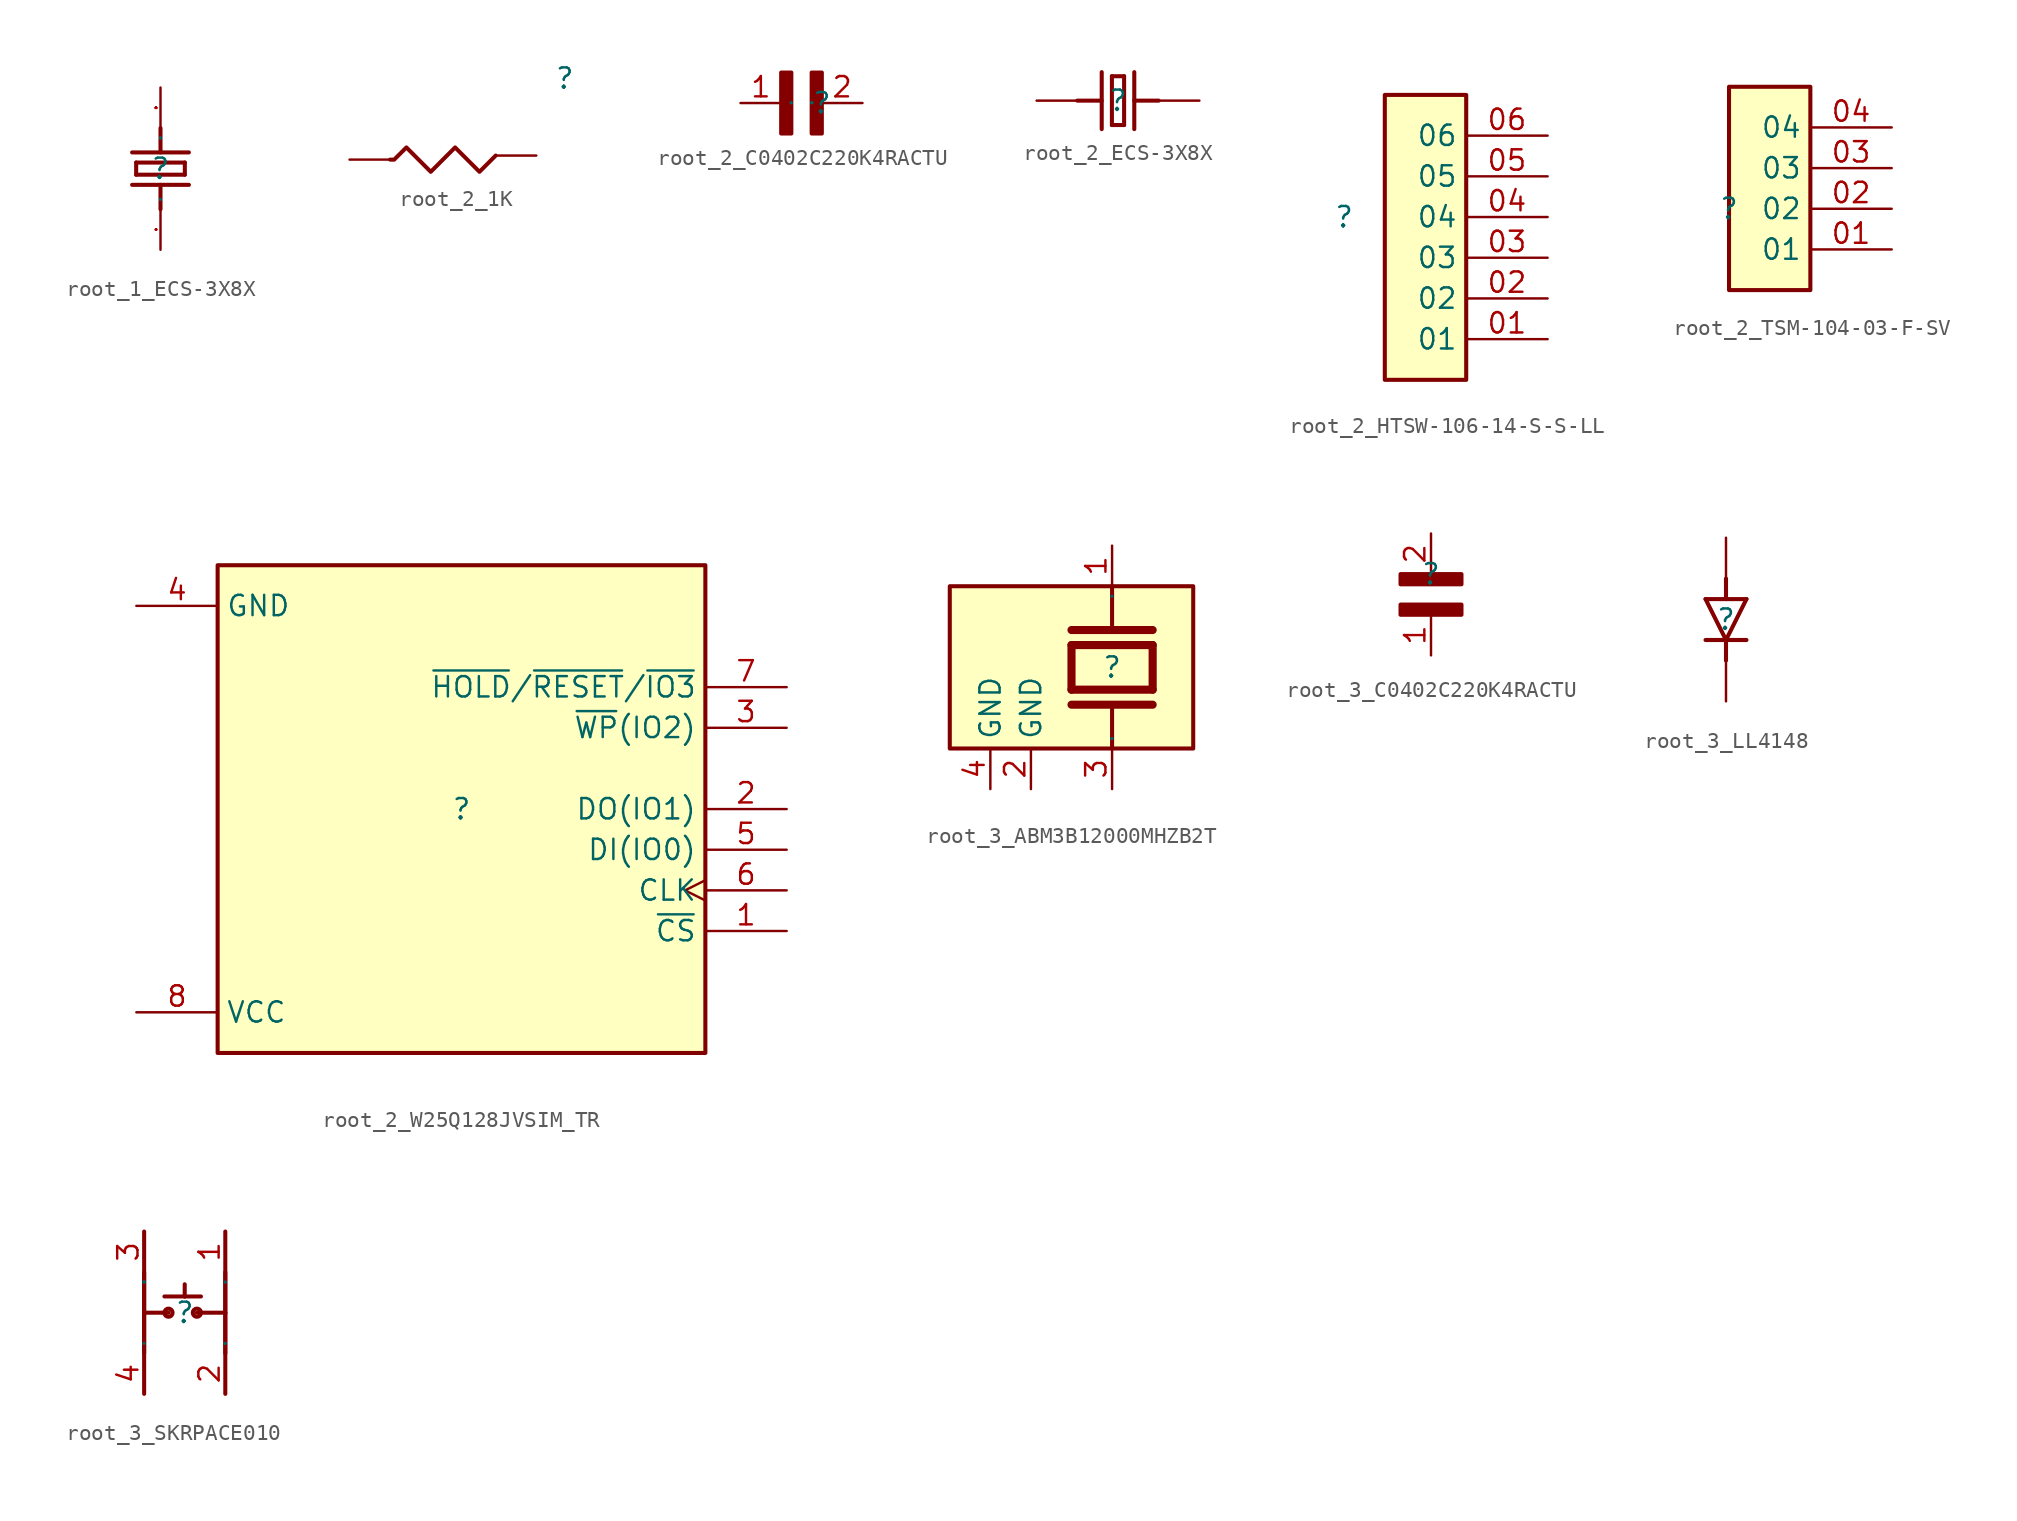
<source format=kicad_sym>
(kicad_symbol_lib
  (version 20230620)
  (generator kicad_symbol_editor)
  (symbol "root_1_ECS-3X8X"
    (property "Reference" ""
      (at 0 0 0)
      (effects (font (size 1.27 1.27))))
    (property "Value" ""
      (at 0 0 0)
      (effects (font (size 1.27 1.27))))
    (symbol "root_1_ECS-3X8X_1_0"
      (polyline (pts (xy -1.778 -1.016) (xy 1.778 -1.016)) (stroke (width 0.254) (type solid)) (fill (type none)))
      (polyline (pts (xy -1.778 1.016) (xy 1.778 1.016)) (stroke (width 0.254) (type solid)) (fill (type none)))
      (polyline (pts (xy -1.524 -0.381) (xy 1.524 -0.381)) (stroke (width 0.254) (type solid)) (fill (type none)))
      (polyline (pts (xy -1.524 0.381) (xy -1.524 -0.381)) (stroke (width 0.254) (type solid)) (fill (type none)))
      (polyline (pts (xy 0 -2.54) (xy 0 -1.016)) (stroke (width 0.254) (type solid)) (fill (type none)))
      (polyline (pts (xy 0 1.016) (xy 0 2.54)) (stroke (width 0.254) (type solid)) (fill (type none)))
      (polyline (pts (xy 1.524 -0.381) (xy 1.524 0.381)) (stroke (width 0.254) (type solid)) (fill (type none)))
      (polyline (pts (xy 1.524 0.381) (xy -1.524 0.381)) (stroke (width 0.254) (type solid)) (fill (type none)))
      (pin passive line (at 0 -5.08 90) (length 2.54) (name "1" (effects (font (size 0.025 0.025)))) (number "1" (effects (font (size 0.025 0.025)))))
      (pin passive line (at 0 5.08 270) (length 2.54) (name "2" (effects (font (size 0.025 0.025)))) (number "2" (effects (font (size 0.025 0.025)))))))
  (symbol "root_2_1K"
    (property "Reference" ""
      (at 0 0 0)
      (effects (font (size 1.27 1.27))))
    (property "Value" ""
      (at 0 0 0)
      (effects (font (size 1.27 1.27))))
    (symbol "root_2_1K_1_0"
      (polyline (pts (xy -4.318 -4.826) (xy -5.334 -5.842) (xy -6.858 -4.318) (xy -8.382 -5.842) (xy -9.906 -4.318) (xy -10.668 -5.08) (xy -10.922 -5.08)) (stroke (width 0.254) (type solid)) (fill (type none)))
      (pin passive line (at -1.778 -4.826 180) (length 2.54) (name "1" (effects (font (size 0 0)))) (number "1" (effects (font (size 0 0)))))
      (pin passive line (at -13.462 -5.08 0) (length 2.54) (name "2" (effects (font (size 0 0)))) (number "2" (effects (font (size 0 0)))))))
  (symbol "root_2_C0402C220K4RACTU"
    (property "Reference" ""
      (at 0 0 0)
      (effects (font (size 1.27 1.27))))
    (property "Value" ""
      (at 0 0 0)
      (effects (font (size 1.27 1.27))))
    (symbol "root_2_C0402C220K4RACTU_1_0"
      (rectangle (start -1.905 1.905) (end -2.54 -1.905) (stroke (width 0.254) (type solid)) (fill (type outline)))
      (rectangle (start 0 1.905) (end -0.635 -1.905) (stroke (width 0.254) (type solid)) (fill (type outline)))
      (pin passive line (at -5.08 0 0) (length 2.54) (name "1" (effects (font (size 0.025 0.025)))) (number "1" (effects (font (size 1.27 1.27)))))
      (pin passive line (at 2.54 0 180) (length 2.54) (name "2" (effects (font (size 0.025 0.025)))) (number "2" (effects (font (size 1.27 1.27)))))))
  (symbol "root_2_ECS-3X8X"
    (property "Reference" ""
      (at 0 0 0)
      (effects (font (size 1.27 1.27))))
    (property "Value" ""
      (at 0 0 0)
      (effects (font (size 1.27 1.27))))
    (symbol "root_2_ECS-3X8X_1_0"
      (polyline (pts (xy -1.016 -1.778) (xy -1.016 1.778)) (stroke (width 0.254) (type solid)) (fill (type none)))
      (polyline (pts (xy -1.016 0) (xy -2.54 0)) (stroke (width 0.254) (type solid)) (fill (type none)))
      (polyline (pts (xy -0.381 -1.524) (xy 0.381 -1.524)) (stroke (width 0.254) (type solid)) (fill (type none)))
      (polyline (pts (xy -0.381 1.524) (xy -0.381 -1.524)) (stroke (width 0.254) (type solid)) (fill (type none)))
      (polyline (pts (xy 0.381 -1.524) (xy 0.381 1.524)) (stroke (width 0.254) (type solid)) (fill (type none)))
      (polyline (pts (xy 0.381 1.524) (xy -0.381 1.524)) (stroke (width 0.254) (type solid)) (fill (type none)))
      (polyline (pts (xy 1.016 -1.778) (xy 1.016 1.778)) (stroke (width 0.254) (type solid)) (fill (type none)))
      (polyline (pts (xy 2.54 0) (xy 1.016 0)) (stroke (width 0.254) (type solid)) (fill (type none)))
      (pin passive line (at 5.08 0 180) (length 2.54) (name "1" (effects (font (size 0 0)))) (number "1" (effects (font (size 0 0)))))
      (pin passive line (at -5.08 0 0) (length 2.54) (name "2" (effects (font (size 0 0)))) (number "2" (effects (font (size 0 0)))))))
  (symbol "root_2_HTSW-106-14-S-S-LL"
    (property "Reference" ""
      (at 0 0 0)
      (effects (font (size 1.27 1.27))))
    (property "Value" ""
      (at 0 0 0)
      (effects (font (size 1.27 1.27))))
    (symbol "root_2_HTSW-106-14-S-S-LL_1_0"
      (rectangle (start 7.62 7.62) (end 2.54 -10.16) (stroke (width 0.254) (type solid) (color 128 0 0 1)) (fill (type background)))
      (pin passive line (at 12.7 -7.62 180) (length 5.08) (name "01" (effects (font (size 1.27 1.27)))) (number "01" (effects (font (size 1.27 1.27)))))
      (pin passive line (at 12.7 -5.08 180) (length 5.08) (name "02" (effects (font (size 1.27 1.27)))) (number "02" (effects (font (size 1.27 1.27)))))
      (pin passive line (at 12.7 -2.54 180) (length 5.08) (name "03" (effects (font (size 1.27 1.27)))) (number "03" (effects (font (size 1.27 1.27)))))
      (pin passive line (at 12.7 0 180) (length 5.08) (name "04" (effects (font (size 1.27 1.27)))) (number "04" (effects (font (size 1.27 1.27)))))
      (pin passive line (at 12.7 2.54 180) (length 5.08) (name "05" (effects (font (size 1.27 1.27)))) (number "05" (effects (font (size 1.27 1.27)))))
      (pin passive line (at 12.7 5.08 180) (length 5.08) (name "06" (effects (font (size 1.27 1.27)))) (number "06" (effects (font (size 1.27 1.27)))))))
  (symbol "root_2_TSM-104-03-F-SV"
    (property "Reference" ""
      (at 0 0 0)
      (effects (font (size 1.27 1.27))))
    (property "Value" ""
      (at 0 0 0)
      (effects (font (size 1.27 1.27))))
    (symbol "root_2_TSM-104-03-F-SV_1_0"
      (rectangle (start 5.08 7.62) (end 0 -5.08) (stroke (width 0.254) (type solid) (color 128 0 0 1)) (fill (type background)))
      (pin passive line (at 10.16 -2.54 180) (length 5.08) (name "01" (effects (font (size 1.27 1.27)))) (number "01" (effects (font (size 1.27 1.27)))))
      (pin passive line (at 10.16 0 180) (length 5.08) (name "02" (effects (font (size 1.27 1.27)))) (number "02" (effects (font (size 1.27 1.27)))))
      (pin passive line (at 10.16 2.54 180) (length 5.08) (name "03" (effects (font (size 1.27 1.27)))) (number "03" (effects (font (size 1.27 1.27)))))
      (pin passive line (at 10.16 5.08 180) (length 5.08) (name "04" (effects (font (size 1.27 1.27)))) (number "04" (effects (font (size 1.27 1.27)))))))
  (symbol "root_2_W25Q128JVSIM_TR"
    (property "Reference" ""
      (at 0 0 0)
      (effects (font (size 1.27 1.27))))
    (property "Value" ""
      (at 0 0 0)
      (effects (font (size 1.27 1.27))))
    (symbol "root_2_W25Q128JVSIM_TR_1_0"
      (rectangle (start 15.24 15.24) (end -15.24 -15.24) (stroke (width 0.254) (type solid) (color 128 0 0 1)) (fill (type background)))
      (pin input line (at 20.32 -7.62 180) (length 5.08) (name "~{CS~{}}" (effects (font (size 1.27 1.27)))) (number "1" (effects (font (size 1.27 1.27)))))
      (pin bidirectional line (at 20.32 0 180) (length 5.08) (name "DO(IO1)" (effects (font (size 1.27 1.27)))) (number "2" (effects (font (size 1.27 1.27)))))
      (pin bidirectional line (at 20.32 5.08 180) (length 5.08) (name "~{WP~{}}(IO2)" (effects (font (size 1.27 1.27)))) (number "3" (effects (font (size 1.27 1.27)))))
      (pin passive line (at -20.32 12.7 0) (length 5.08) (name "GND" (effects (font (size 1.27 1.27)))) (number "4" (effects (font (size 1.27 1.27)))))
      (pin bidirectional line (at 20.32 -2.54 180) (length 5.08) (name "DI(IO0)" (effects (font (size 1.27 1.27)))) (number "5" (effects (font (size 1.27 1.27)))))
      (pin input clock (at 20.32 -5.08 180) (length 5.08) (name "CLK" (effects (font (size 1.27 1.27)))) (number "6" (effects (font (size 1.27 1.27)))))
      (pin bidirectional line (at 20.32 7.62 180) (length 5.08) (name "~{HOLD~{}}/~{RESET}/~{IO3}" (effects (font (size 1.27 1.27)))) (number "7" (effects (font (size 1.27 1.27)))))
      (pin power_in line (at -20.32 -12.7 0) (length 5.08) (name "VCC" (effects (font (size 1.27 1.27)))) (number "8" (effects (font (size 1.27 1.27)))))))
  (symbol "root_3_ABM3B12000MHZB2T"
    (property "Reference" ""
      (at 0 0 0)
      (effects (font (size 1.27 1.27))))
    (property "Value" ""
      (at 0 0 0)
      (effects (font (size 1.27 1.27))))
    (symbol "root_3_ABM3B12000MHZB2T_1_0"
      (polyline (pts (xy -2.54 -1.397) (xy -2.54 1.397)) (stroke (width 0.508) (type solid)) (fill (type none)))
      (polyline (pts (xy 0 -2.54) (xy 0 -5.08)) (stroke (width 0.254) (type solid)) (fill (type none)))
      (polyline (pts (xy 0 5.08) (xy 0 2.54)) (stroke (width 0.254) (type solid)) (fill (type none)))
      (polyline (pts (xy 2.54 -2.337) (xy -2.54 -2.337)) (stroke (width 0.508) (type solid)) (fill (type none)))
      (polyline (pts (xy 2.54 -1.397) (xy -2.54 -1.397)) (stroke (width 0.508) (type solid)) (fill (type none)))
      (polyline (pts (xy 2.54 1.397) (xy -2.54 1.397)) (stroke (width 0.508) (type solid)) (fill (type none)))
      (polyline (pts (xy 2.54 1.397) (xy 2.54 -1.397)) (stroke (width 0.508) (type solid)) (fill (type none)))
      (polyline (pts (xy 2.54 2.337) (xy -2.54 2.337)) (stroke (width 0.508) (type solid)) (fill (type none)))
      (rectangle (start 5.08 5.08) (end -10.16 -5.08) (stroke (width 0.254) (type solid) (color 128 0 0 1)) (fill (type background)))
      (pin passive line (at 0 7.62 270) (length 2.54) (name "1" (effects (font (size 0.025 0.025)))) (number "1" (effects (font (size 1.27 1.27)))))
      (pin passive line (at -5.08 -7.62 90) (length 2.54) (name "GND" (effects (font (size 1.27 1.27)))) (number "2" (effects (font (size 1.27 1.27)))))
      (pin passive line (at 0 -7.62 90) (length 2.54) (name "2" (effects (font (size 0.025 0.025)))) (number "3" (effects (font (size 1.27 1.27)))))
      (pin passive line (at -7.62 -7.62 90) (length 2.54) (name "GND" (effects (font (size 1.27 1.27)))) (number "4" (effects (font (size 1.27 1.27)))))))
  (symbol "root_3_C0402C220K4RACTU"
    (property "Reference" ""
      (at 0 0 0)
      (effects (font (size 1.27 1.27))))
    (property "Value" ""
      (at 0 0 0)
      (effects (font (size 1.27 1.27))))
    (symbol "root_3_C0402C220K4RACTU_1_0"
      (rectangle (start 1.905 -1.905) (end -1.905 -2.54) (stroke (width 0.254) (type solid)) (fill (type outline)))
      (rectangle (start 1.905 0) (end -1.905 -0.635) (stroke (width 0.254) (type solid)) (fill (type outline)))
      (pin passive line (at 0 -5.08 90) (length 2.54) (name "1" (effects (font (size 0 0)))) (number "1" (effects (font (size 1.27 1.27)))))
      (pin passive line (at 0 2.54 270) (length 2.54) (name "2" (effects (font (size 0 0)))) (number "2" (effects (font (size 1.27 1.27)))))))
  (symbol "root_3_LL4148"
    (property "Reference" ""
      (at 0 0 0)
      (effects (font (size 1.27 1.27))))
    (property "Value" ""
      (at 0 0 0)
      (effects (font (size 1.27 1.27))))
    (symbol "root_3_LL4148_1_0"
      (polyline (pts (xy -1.27 1.27) (xy 0 -1.27)) (stroke (width 0.254) (type solid)) (fill (type none)))
      (polyline (pts (xy 0 -1.27) (xy 0 -2.54)) (stroke (width 0.254) (type solid)) (fill (type none)))
      (polyline (pts (xy 0 -1.27) (xy 1.27 1.27)) (stroke (width 0.254) (type solid)) (fill (type none)))
      (polyline (pts (xy 0 2.54) (xy 0 1.27)) (stroke (width 0.254) (type solid)) (fill (type none)))
      (polyline (pts (xy 1.27 -1.27) (xy -1.27 -1.27)) (stroke (width 0.254) (type solid)) (fill (type none)))
      (polyline (pts (xy 1.27 1.27) (xy -1.27 1.27)) (stroke (width 0.254) (type solid)) (fill (type none)))
      (pin passive line (at 0 5.08 270) (length 2.54) (name "A" (effects (font (size 0 0)))) (number "A" (effects (font (size 0 0)))))
      (pin passive line (at 0 -5.08 90) (length 2.54) (name "C" (effects (font (size 0 0)))) (number "C" (effects (font (size 0 0)))))))
  (symbol "root_3_SKRPACE010"
    (property "Reference" ""
      (at 0 0 0)
      (effects (font (size 1.27 1.27))))
    (property "Value" ""
      (at 0 0 0)
      (effects (font (size 1.27 1.27))))
    (symbol "root_3_SKRPACE010_1_0"
      (circle (center -1.016 0) (radius 0.254) (stroke (width 0.254) (type solid)) (fill (type none)))
      (polyline (pts (xy -2.54 -5.08) (xy -2.54 5.08)) (stroke (width 0.254) (type solid)) (fill (type none)))
      (polyline (pts (xy -2.54 0) (xy -2.54 -2.54)) (stroke (width 0.254) (type solid)) (fill (type none)))
      (polyline (pts (xy -2.54 2.54) (xy -2.54 0)) (stroke (width 0.254) (type solid)) (fill (type none)))
      (polyline (pts (xy -1.016 0) (xy -2.54 0)) (stroke (width 0.254) (type solid)) (fill (type none)))
      (polyline (pts (xy 0 1.016) (xy -1.27 1.016)) (stroke (width 0.254) (type solid)) (fill (type none)))
      (polyline (pts (xy 0 1.016) (xy 0 1.778)) (stroke (width 0.254) (type solid)) (fill (type none)))
      (polyline (pts (xy 0.762 0) (xy 2.54 0)) (stroke (width 0.254) (type solid)) (fill (type none)))
      (polyline (pts (xy 1.016 1.016) (xy 0 1.016)) (stroke (width 0.254) (type solid)) (fill (type none)))
      (polyline (pts (xy 2.54 0) (xy 2.54 -2.54)) (stroke (width 0.254) (type solid)) (fill (type none)))
      (polyline (pts (xy 2.54 2.54) (xy 2.54 0)) (stroke (width 0.254) (type solid)) (fill (type none)))
      (polyline (pts (xy 2.54 5.08) (xy 2.54 -5.08)) (stroke (width 0.254) (type solid)) (fill (type none)))
      (circle (center 0.762 0) (radius 0.254) (stroke (width 0.254) (type solid)) (fill (type none)))
      (pin bidirectional line (at 2.54 5.08 270) (length 2.54) (name "1" (effects (font (size 0.025 0.025)))) (number "1" (effects (font (size 1.27 1.27)))))
      (pin bidirectional line (at 2.54 -5.08 90) (length 2.54) (name "2" (effects (font (size 0.025 0.025)))) (number "2" (effects (font (size 1.27 1.27)))))
      (pin bidirectional line (at -2.54 5.08 270) (length 2.54) (name "3" (effects (font (size 0.025 0.025)))) (number "3" (effects (font (size 1.27 1.27)))))
      (pin bidirectional line (at -2.54 -5.08 90) (length 2.54) (name "4" (effects (font (size 0.025 0.025)))) (number "4" (effects (font (size 1.27 1.27))))))))
</source>
